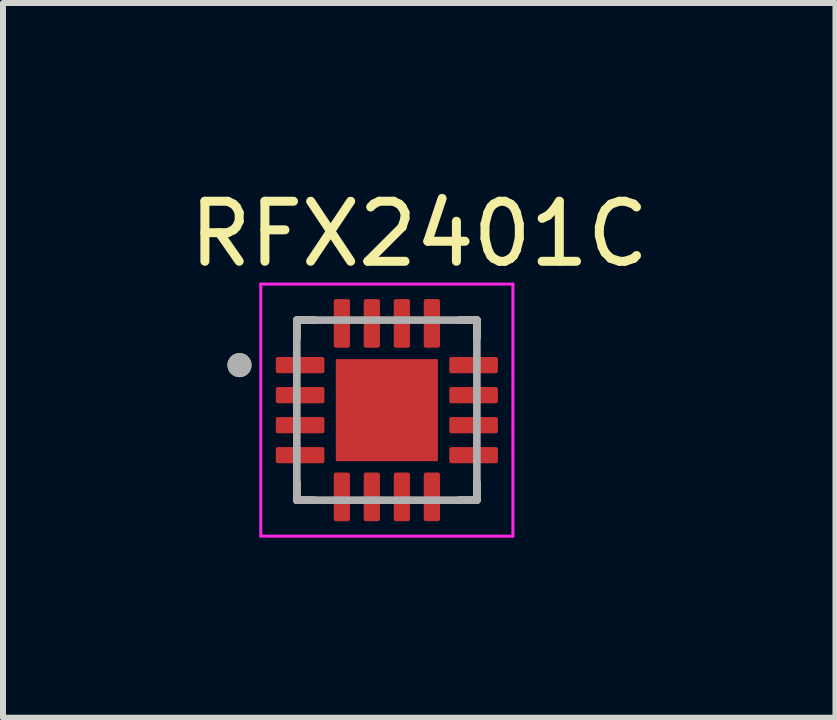
<source format=kicad_pcb>
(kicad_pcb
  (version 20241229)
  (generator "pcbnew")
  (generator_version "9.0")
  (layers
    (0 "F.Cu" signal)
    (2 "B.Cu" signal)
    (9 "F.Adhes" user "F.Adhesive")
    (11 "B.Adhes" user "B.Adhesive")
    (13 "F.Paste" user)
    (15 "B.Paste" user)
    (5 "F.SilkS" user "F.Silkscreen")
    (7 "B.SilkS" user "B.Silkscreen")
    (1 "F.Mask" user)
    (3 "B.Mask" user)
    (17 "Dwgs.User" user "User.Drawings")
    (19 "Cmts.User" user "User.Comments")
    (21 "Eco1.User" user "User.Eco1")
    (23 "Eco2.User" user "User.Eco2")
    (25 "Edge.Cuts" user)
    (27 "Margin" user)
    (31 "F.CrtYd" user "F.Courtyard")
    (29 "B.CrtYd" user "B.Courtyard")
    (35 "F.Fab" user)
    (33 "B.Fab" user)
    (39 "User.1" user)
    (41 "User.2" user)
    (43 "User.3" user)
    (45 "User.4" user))
  (footprint "RFX2401C"
    (layer "F.Cu")
    (at 3.395 3.783)
    (property "Reference" "RFX2401C" (at 0.54 -2.935 0) (layer "F.SilkS") (effects (font (size 1 1) (thickness 0.15))))
    (attr smd)
    (fp_line (start -1.5 -1.5) (end -1.5 -1.205) (stroke (width 0.127) (type solid)) (layer "F.SilkS"))
    (fp_line (start -1.5 -1.5) (end -1.205 -1.5) (stroke (width 0.127) (type solid)) (layer "F.SilkS"))
    (fp_line (start -1.5 1.5) (end -1.5 1.205) (stroke (width 0.127) (type solid)) (layer "F.SilkS"))
    (fp_line (start -1.5 1.5) (end -1.205 1.5) (stroke (width 0.127) (type solid)) (layer "F.SilkS"))
    (fp_line (start 1.5 -1.5) (end 1.205 -1.5) (stroke (width 0.127) (type solid)) (layer "F.SilkS"))
    (fp_line (start 1.5 -1.5) (end 1.5 -1.205) (stroke (width 0.127) (type solid)) (layer "F.SilkS"))
    (fp_line (start 1.5 1.5) (end 1.205 1.5) (stroke (width 0.127) (type solid)) (layer "F.SilkS"))
    (fp_line (start 1.5 1.5) (end 1.5 1.205) (stroke (width 0.127) (type solid)) (layer "F.SilkS"))
    (fp_circle (center -2.455 -0.75) (end -2.355 -0.75) (stroke (width 0.2) (type solid)) (fill no) (layer "F.SilkS"))
    (fp_poly (pts (xy -0.54 -0.54) (xy 0.54 -0.54) (xy 0.54 0.54) (xy -0.54 0.54)) (stroke (width 0.01) (type solid)) (fill yes) (layer "F.Paste"))
    (fp_line (start -2.1 -2.1) (end 2.1 -2.1) (stroke (width 0.05) (type solid)) (layer "F.CrtYd"))
    (fp_line (start -2.1 2.1) (end -2.1 -2.1) (stroke (width 0.05) (type solid)) (layer "F.CrtYd"))
    (fp_line (start -2.1 2.1) (end 2.1 2.1) (stroke (width 0.05) (type solid)) (layer "F.CrtYd"))
    (fp_line (start 2.1 2.1) (end 2.1 -2.1) (stroke (width 0.05) (type solid)) (layer "F.CrtYd"))
    (fp_line (start -1.5 1.5) (end -1.5 -1.5) (stroke (width 0.127) (type solid)) (layer "F.Fab"))
    (fp_line (start 1.5 -1.5) (end -1.5 -1.5) (stroke (width 0.127) (type solid)) (layer "F.Fab"))
    (fp_line (start 1.5 1.5) (end -1.5 1.5) (stroke (width 0.127) (type solid)) (layer "F.Fab"))
    (fp_line (start 1.5 1.5) (end 1.5 -1.5) (stroke (width 0.127) (type solid)) (layer "F.Fab"))
    (fp_circle (center -2.455 -0.75) (end -2.355 -0.75) (stroke (width 0.2) (type solid)) (fill no) (layer "F.Fab"))
    (pad "1" smd roundrect (at -1.445 -0.75) (size 0.81 0.27) (layers "F.Cu" "F.Mask" "F.Paste") (roundrect_rratio 0.125))
    (pad "2" smd roundrect (at -1.445 -0.25) (size 0.81 0.27) (layers "F.Cu" "F.Mask" "F.Paste") (roundrect_rratio 0.125))
    (pad "3" smd roundrect (at -1.445 0.25) (size 0.81 0.27) (layers "F.Cu" "F.Mask" "F.Paste") (roundrect_rratio 0.125))
    (pad "4" smd roundrect (at -1.445 0.75) (size 0.81 0.27) (layers "F.Cu" "F.Mask" "F.Paste") (roundrect_rratio 0.125))
    (pad "5" smd roundrect (at -0.75 1.445) (size 0.27 0.81) (layers "F.Cu" "F.Mask" "F.Paste") (roundrect_rratio 0.125))
    (pad "6" smd roundrect (at -0.25 1.445) (size 0.27 0.81) (layers "F.Cu" "F.Mask" "F.Paste") (roundrect_rratio 0.125))
    (pad "7" smd roundrect (at 0.25 1.445) (size 0.27 0.81) (layers "F.Cu" "F.Mask" "F.Paste") (roundrect_rratio 0.125))
    (pad "8" smd roundrect (at 0.75 1.445) (size 0.27 0.81) (layers "F.Cu" "F.Mask" "F.Paste") (roundrect_rratio 0.125))
    (pad "9" smd roundrect (at 1.445 0.75) (size 0.81 0.27) (layers "F.Cu" "F.Mask" "F.Paste") (roundrect_rratio 0.125))
    (pad "10" smd roundrect (at 1.445 0.25) (size 0.81 0.27) (layers "F.Cu" "F.Mask" "F.Paste") (roundrect_rratio 0.125))
    (pad "11" smd roundrect (at 1.445 -0.25) (size 0.81 0.27) (layers "F.Cu" "F.Mask" "F.Paste") (roundrect_rratio 0.125))
    (pad "12" smd roundrect (at 1.445 -0.75) (size 0.81 0.27) (layers "F.Cu" "F.Mask" "F.Paste") (roundrect_rratio 0.125))
    (pad "13" smd roundrect (at 0.75 -1.445) (size 0.27 0.81) (layers "F.Cu" "F.Mask" "F.Paste") (roundrect_rratio 0.125))
    (pad "14" smd roundrect (at 0.25 -1.445) (size 0.27 0.81) (layers "F.Cu" "F.Mask" "F.Paste") (roundrect_rratio 0.125))
    (pad "15" smd roundrect (at -0.25 -1.445) (size 0.27 0.81) (layers "F.Cu" "F.Mask" "F.Paste") (roundrect_rratio 0.125))
    (pad "16" smd roundrect (at -0.75 -1.445) (size 0.27 0.81) (layers "F.Cu" "F.Mask" "F.Paste") (roundrect_rratio 0.125))
    (pad "17" smd rect (at 0 0) (size 1.7 1.7) (layers "F.Cu" "F.Mask")))
  (gr_rect
    (start -3 -3)
    (end 10.869 8.908)
    (stroke (width 0.1) (type default))
    (fill no)
    (layer "Edge.Cuts")))
</source>
